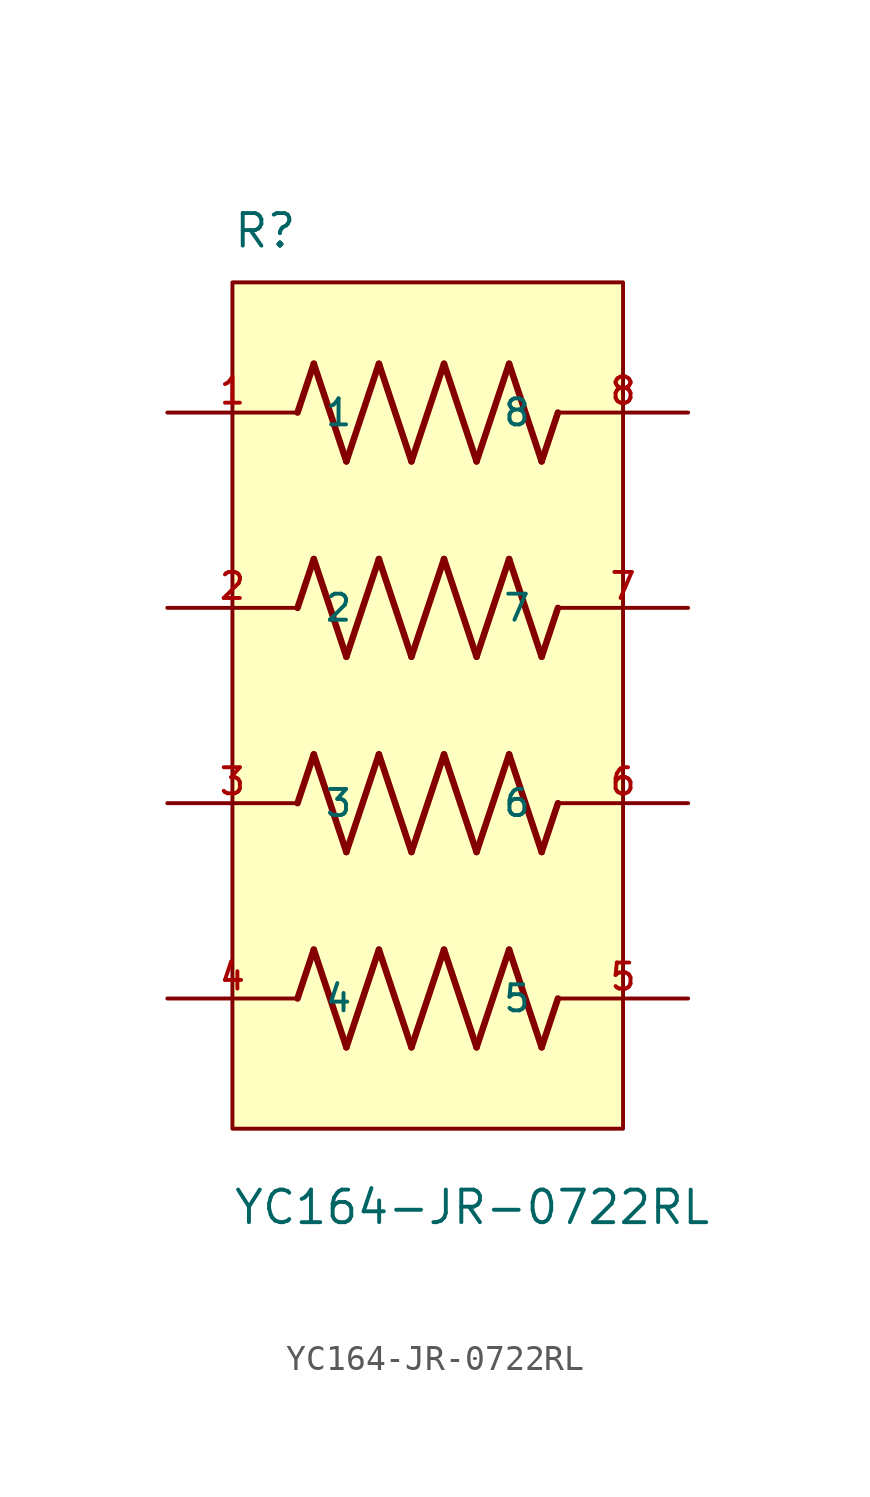
<source format=kicad_sym>
(kicad_symbol_lib
  (version 20211014)
  (generator kicad_symbol_editor)
  (symbol "YC164-JR-0722RL"
    (pin_names
      (offset 1.016))
    (property "Reference" "R"
      (at -7.62 16.51 0)
      (effects (font (size 1.27 1.27)) (justify bottom left)))
    (property "Value" "YC164-JR-0722RL"
      (at -7.62 -21.59 0)
      (effects (font (size 1.27 1.27)) (justify bottom left)))
    (symbol "YC164-JR-0722RL_0_0"
      (polyline (pts (xy -5.08 10.16) (xy -4.445 12.065)) (stroke (width 0.254)))
      (polyline (pts (xy -4.445 12.065) (xy -3.175 8.255)) (stroke (width 0.254)))
      (polyline (pts (xy -3.175 8.255) (xy -1.905 12.065)) (stroke (width 0.254)))
      (polyline (pts (xy -1.905 12.065) (xy -0.635 8.255)) (stroke (width 0.254)))
      (polyline (pts (xy -0.635 8.255) (xy 0.635 12.065)) (stroke (width 0.254)))
      (polyline (pts (xy 0.635 12.065) (xy 1.905 8.255)) (stroke (width 0.254)))
      (polyline (pts (xy 1.905 8.255) (xy 3.175 12.065)) (stroke (width 0.254)))
      (polyline (pts (xy 3.175 12.065) (xy 4.445 8.255)) (stroke (width 0.254)))
      (polyline (pts (xy 4.445 8.255) (xy 5.08 10.16)) (stroke (width 0.254)))
      (polyline (pts (xy -5.08 2.54) (xy -4.445 4.445)) (stroke (width 0.254)))
      (polyline (pts (xy -4.445 4.445) (xy -3.175 0.635)) (stroke (width 0.254)))
      (polyline (pts (xy -3.175 0.635) (xy -1.905 4.445)) (stroke (width 0.254)))
      (polyline (pts (xy -1.905 4.445) (xy -0.635 0.635)) (stroke (width 0.254)))
      (polyline (pts (xy -0.635 0.635) (xy 0.635 4.445)) (stroke (width 0.254)))
      (polyline (pts (xy 0.635 4.445) (xy 1.905 0.635)) (stroke (width 0.254)))
      (polyline (pts (xy 1.905 0.635) (xy 3.175 4.445)) (stroke (width 0.254)))
      (polyline (pts (xy 3.175 4.445) (xy 4.445 0.635)) (stroke (width 0.254)))
      (polyline (pts (xy 4.445 0.635) (xy 5.08 2.54)) (stroke (width 0.254)))
      (polyline (pts (xy -5.08 -5.08) (xy -4.445 -3.175)) (stroke (width 0.254)))
      (polyline (pts (xy -4.445 -3.175) (xy -3.175 -6.985)) (stroke (width 0.254)))
      (polyline (pts (xy -3.175 -6.985) (xy -1.905 -3.175)) (stroke (width 0.254)))
      (polyline (pts (xy -1.905 -3.175) (xy -0.635 -6.985)) (stroke (width 0.254)))
      (polyline (pts (xy -0.635 -6.985) (xy 0.635 -3.175)) (stroke (width 0.254)))
      (polyline (pts (xy 0.635 -3.175) (xy 1.905 -6.985)) (stroke (width 0.254)))
      (polyline (pts (xy 1.905 -6.985) (xy 3.175 -3.175)) (stroke (width 0.254)))
      (polyline (pts (xy 3.175 -3.175) (xy 4.445 -6.985)) (stroke (width 0.254)))
      (polyline (pts (xy 4.445 -6.985) (xy 5.08 -5.08)) (stroke (width 0.254)))
      (polyline (pts (xy -5.08 -12.7) (xy -4.445 -10.795)) (stroke (width 0.254)))
      (polyline (pts (xy -4.445 -10.795) (xy -3.175 -14.605)) (stroke (width 0.254)))
      (polyline (pts (xy -3.175 -14.605) (xy -1.905 -10.795)) (stroke (width 0.254)))
      (polyline (pts (xy -1.905 -10.795) (xy -0.635 -14.605)) (stroke (width 0.254)))
      (polyline (pts (xy -0.635 -14.605) (xy 0.635 -10.795)) (stroke (width 0.254)))
      (polyline (pts (xy 0.635 -10.795) (xy 1.905 -14.605)) (stroke (width 0.254)))
      (polyline (pts (xy 1.905 -14.605) (xy 3.175 -10.795)) (stroke (width 0.254)))
      (polyline (pts (xy 3.175 -10.795) (xy 4.445 -14.605)) (stroke (width 0.254)))
      (polyline (pts (xy 4.445 -14.605) (xy 5.08 -12.7)) (stroke (width 0.254)))
      (rectangle (start -7.62 -17.78) (end 7.62 15.24) (stroke (width 0.152)) (fill (type background)))
      (pin passive line (at -10.16 10.16 0) (length 5.08) (name "1" (effects (font (size 1.016 1.016)))) (number "1" (effects (font (size 1.016 1.016)))))
      (pin passive line (at -10.16 2.54 0) (length 5.08) (name "2" (effects (font (size 1.016 1.016)))) (number "2" (effects (font (size 1.016 1.016)))))
      (pin passive line (at -10.16 -5.08 0) (length 5.08) (name "3" (effects (font (size 1.016 1.016)))) (number "3" (effects (font (size 1.016 1.016)))))
      (pin passive line (at -10.16 -12.7 0) (length 5.08) (name "4" (effects (font (size 1.016 1.016)))) (number "4" (effects (font (size 1.016 1.016)))))
      (pin passive line (at 10.16 -12.7 180.0) (length 5.08) (name "5" (effects (font (size 1.016 1.016)))) (number "5" (effects (font (size 1.016 1.016)))))
      (pin passive line (at 10.16 -5.08 180.0) (length 5.08) (name "6" (effects (font (size 1.016 1.016)))) (number "6" (effects (font (size 1.016 1.016)))))
      (pin passive line (at 10.16 2.54 180.0) (length 5.08) (name "7" (effects (font (size 1.016 1.016)))) (number "7" (effects (font (size 1.016 1.016)))))
      (pin passive line (at 10.16 10.16 180.0) (length 5.08) (name "8" (effects (font (size 1.016 1.016)))) (number "8" (effects (font (size 1.016 1.016))))))))
</source>
